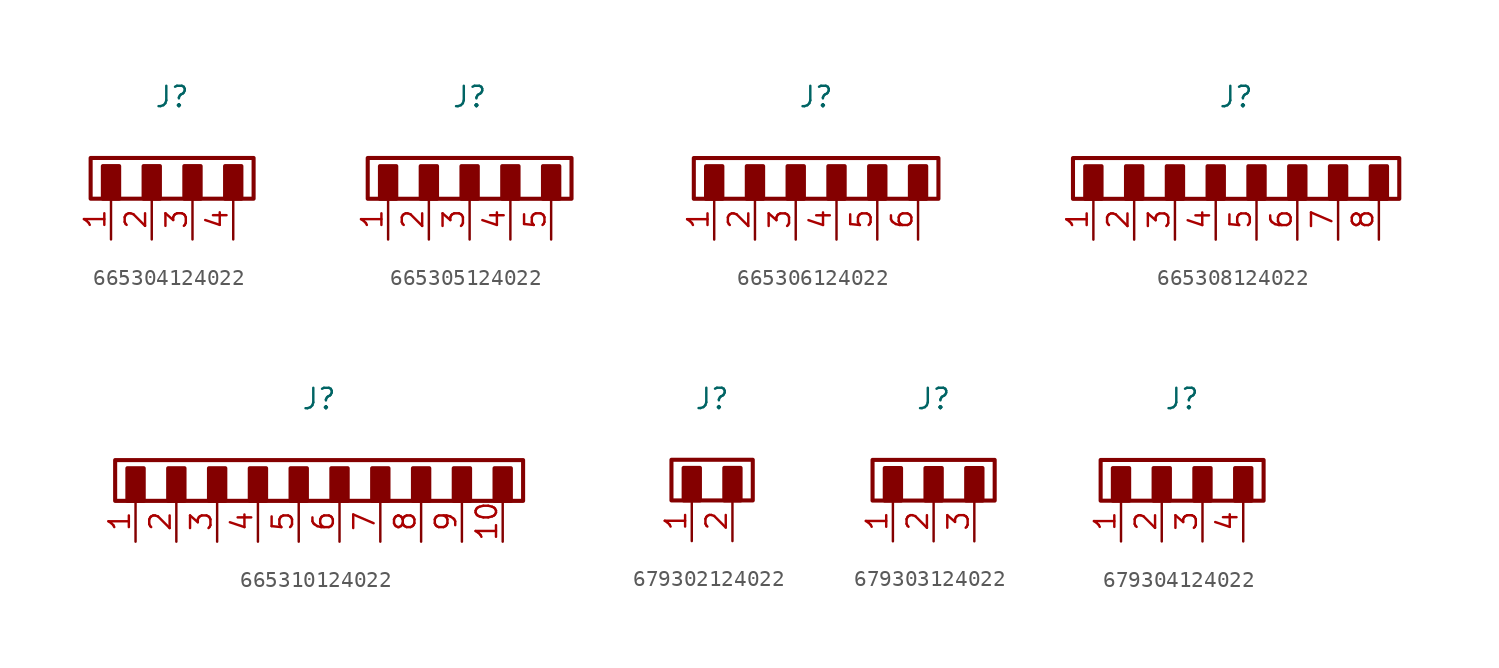
<source format=kicad_sym>
(kicad_symbol_lib
  (version 20241209)
  (generator "kicad_symbol_editor")
  (generator_version "9.0")
  (symbol "665304124022"
    (pin_names
      (hide yes))
    (property "Reference" "J"
      (at 0 5.08 0)
      (effects (font (size 1.27 1.27))))
    (symbol "665304124022_1_1"
      (rectangle (start -5.08 1.27) (end 5.08 -1.27) (stroke (width 0.254) (type solid)) (fill (type none)))
      (rectangle (start -3.302 0.762) (end -4.318 -1.27) (stroke (width 0.254) (type solid)) (fill (type outline)))
      (rectangle (start -0.762 0.762) (end -1.778 -1.27) (stroke (width 0.254) (type solid)) (fill (type outline)))
      (rectangle (start 1.778 0.762) (end 0.762 -1.27) (stroke (width 0.254) (type solid)) (fill (type outline)))
      (rectangle (start 4.318 0.762) (end 3.302 -1.27) (stroke (width 0.254) (type solid)) (fill (type outline)))
      (pin passive line (at -3.81 -3.81 90) (length 2.54) (name "1" (effects (font (size 1.27 1.27)))) (number "1" (effects (font (size 1.27 1.27)))))
      (pin passive line (at -1.27 -3.81 90) (length 2.54) (name "2" (effects (font (size 1.27 1.27)))) (number "2" (effects (font (size 1.27 1.27)))))
      (pin passive line (at 1.27 -3.81 90) (length 2.54) (name "3" (effects (font (size 1.27 1.27)))) (number "3" (effects (font (size 1.27 1.27)))))
      (pin passive line (at 3.81 -3.81 90) (length 2.54) (name "4" (effects (font (size 1.27 1.27)))) (number "4" (effects (font (size 1.27 1.27)))))))
  (symbol "665305124022"
    (pin_names
      (hide yes))
    (property "Reference" "J"
      (at 0 5.08 0)
      (effects (font (size 1.27 1.27))))
    (symbol "665305124022_1_1"
      (rectangle (start -6.35 1.27) (end 6.35 -1.27) (stroke (width 0.254) (type solid)) (fill (type none)))
      (rectangle (start -4.572 0.762) (end -5.588 -1.27) (stroke (width 0.254) (type solid)) (fill (type outline)))
      (rectangle (start -2.032 0.762) (end -3.048 -1.27) (stroke (width 0.254) (type solid)) (fill (type outline)))
      (rectangle (start 0.508 0.762) (end -0.508 -1.27) (stroke (width 0.254) (type solid)) (fill (type outline)))
      (rectangle (start 3.048 0.762) (end 2.032 -1.27) (stroke (width 0.254) (type solid)) (fill (type outline)))
      (rectangle (start 5.588 0.762) (end 4.572 -1.27) (stroke (width 0.254) (type solid)) (fill (type outline)))
      (pin passive line (at -5.08 -3.81 90) (length 2.54) (name "1" (effects (font (size 1.27 1.27)))) (number "1" (effects (font (size 1.27 1.27)))))
      (pin passive line (at -2.54 -3.81 90) (length 2.54) (name "2" (effects (font (size 1.27 1.27)))) (number "2" (effects (font (size 1.27 1.27)))))
      (pin passive line (at 0 -3.81 90) (length 2.54) (name "3" (effects (font (size 1.27 1.27)))) (number "3" (effects (font (size 1.27 1.27)))))
      (pin passive line (at 2.54 -3.81 90) (length 2.54) (name "4" (effects (font (size 1.27 1.27)))) (number "4" (effects (font (size 1.27 1.27)))))
      (pin passive line (at 5.08 -3.81 90) (length 2.54) (name "5" (effects (font (size 1.27 1.27)))) (number "5" (effects (font (size 1.27 1.27)))))))
  (symbol "665306124022"
    (pin_names
      (hide yes))
    (property "Reference" "J"
      (at 0 5.08 0)
      (effects (font (size 1.27 1.27))))
    (symbol "665306124022_1_1"
      (rectangle (start -7.62 1.27) (end 7.62 -1.27) (stroke (width 0.254) (type solid)) (fill (type none)))
      (rectangle (start -5.842 0.762) (end -6.858 -1.27) (stroke (width 0.254) (type solid)) (fill (type outline)))
      (rectangle (start -3.302 0.762) (end -4.318 -1.27) (stroke (width 0.254) (type solid)) (fill (type outline)))
      (rectangle (start -0.762 0.762) (end -1.778 -1.27) (stroke (width 0.254) (type solid)) (fill (type outline)))
      (rectangle (start 1.778 0.762) (end 0.762 -1.27) (stroke (width 0.254) (type solid)) (fill (type outline)))
      (rectangle (start 4.318 0.762) (end 3.302 -1.27) (stroke (width 0.254) (type solid)) (fill (type outline)))
      (rectangle (start 6.858 0.762) (end 5.842 -1.27) (stroke (width 0.254) (type solid)) (fill (type outline)))
      (pin passive line (at -6.35 -3.81 90) (length 2.54) (name "1" (effects (font (size 1.27 1.27)))) (number "1" (effects (font (size 1.27 1.27)))))
      (pin passive line (at -3.81 -3.81 90) (length 2.54) (name "2" (effects (font (size 1.27 1.27)))) (number "2" (effects (font (size 1.27 1.27)))))
      (pin passive line (at -1.27 -3.81 90) (length 2.54) (name "3" (effects (font (size 1.27 1.27)))) (number "3" (effects (font (size 1.27 1.27)))))
      (pin passive line (at 1.27 -3.81 90) (length 2.54) (name "4" (effects (font (size 1.27 1.27)))) (number "4" (effects (font (size 1.27 1.27)))))
      (pin passive line (at 3.81 -3.81 90) (length 2.54) (name "5" (effects (font (size 1.27 1.27)))) (number "5" (effects (font (size 1.27 1.27)))))
      (pin passive line (at 6.35 -3.81 90) (length 2.54) (name "6" (effects (font (size 1.27 1.27)))) (number "6" (effects (font (size 1.27 1.27)))))))
  (symbol "665308124022"
    (pin_names
      (hide yes))
    (property "Reference" "J"
      (at 0 5.08 0)
      (effects (font (size 1.27 1.27))))
    (symbol "665308124022_1_1"
      (rectangle (start -10.16 1.27) (end 10.16 -1.27) (stroke (width 0.254) (type solid)) (fill (type none)))
      (rectangle (start -8.382 0.762) (end -9.398 -1.27) (stroke (width 0.254) (type solid)) (fill (type outline)))
      (rectangle (start -5.842 0.762) (end -6.858 -1.27) (stroke (width 0.254) (type solid)) (fill (type outline)))
      (rectangle (start -3.302 0.762) (end -4.318 -1.27) (stroke (width 0.254) (type solid)) (fill (type outline)))
      (rectangle (start -0.762 0.762) (end -1.778 -1.27) (stroke (width 0.254) (type solid)) (fill (type outline)))
      (rectangle (start 1.778 0.762) (end 0.762 -1.27) (stroke (width 0.254) (type solid)) (fill (type outline)))
      (rectangle (start 4.318 0.762) (end 3.302 -1.27) (stroke (width 0.254) (type solid)) (fill (type outline)))
      (rectangle (start 6.858 0.762) (end 5.842 -1.27) (stroke (width 0.254) (type solid)) (fill (type outline)))
      (rectangle (start 9.398 0.762) (end 8.382 -1.27) (stroke (width 0.254) (type solid)) (fill (type outline)))
      (pin passive line (at -8.89 -3.81 90) (length 2.54) (name "1" (effects (font (size 1.27 1.27)))) (number "1" (effects (font (size 1.27 1.27)))))
      (pin passive line (at -6.35 -3.81 90) (length 2.54) (name "2" (effects (font (size 1.27 1.27)))) (number "2" (effects (font (size 1.27 1.27)))))
      (pin passive line (at -3.81 -3.81 90) (length 2.54) (name "3" (effects (font (size 1.27 1.27)))) (number "3" (effects (font (size 1.27 1.27)))))
      (pin passive line (at -1.27 -3.81 90) (length 2.54) (name "4" (effects (font (size 1.27 1.27)))) (number "4" (effects (font (size 1.27 1.27)))))
      (pin passive line (at 1.27 -3.81 90) (length 2.54) (name "5" (effects (font (size 1.27 1.27)))) (number "5" (effects (font (size 1.27 1.27)))))
      (pin passive line (at 3.81 -3.81 90) (length 2.54) (name "6" (effects (font (size 1.27 1.27)))) (number "6" (effects (font (size 1.27 1.27)))))
      (pin passive line (at 6.35 -3.81 90) (length 2.54) (name "7" (effects (font (size 1.27 1.27)))) (number "7" (effects (font (size 1.27 1.27)))))
      (pin passive line (at 8.89 -3.81 90) (length 2.54) (name "8" (effects (font (size 1.27 1.27)))) (number "8" (effects (font (size 1.27 1.27)))))))
  (symbol "665310124022"
    (pin_names
      (hide yes))
    (property "Reference" "J"
      (at 0 5.08 0)
      (effects (font (size 1.27 1.27))))
    (symbol "665310124022_1_1"
      (rectangle (start -12.7 1.27) (end 12.7 -1.27) (stroke (width 0.254) (type solid)) (fill (type none)))
      (rectangle (start -10.922 0.762) (end -11.938 -1.27) (stroke (width 0.254) (type solid)) (fill (type outline)))
      (rectangle (start -8.382 0.762) (end -9.398 -1.27) (stroke (width 0.254) (type solid)) (fill (type outline)))
      (rectangle (start -5.842 0.762) (end -6.858 -1.27) (stroke (width 0.254) (type solid)) (fill (type outline)))
      (rectangle (start -3.302 0.762) (end -4.318 -1.27) (stroke (width 0.254) (type solid)) (fill (type outline)))
      (rectangle (start -0.762 0.762) (end -1.778 -1.27) (stroke (width 0.254) (type solid)) (fill (type outline)))
      (rectangle (start 1.778 0.762) (end 0.762 -1.27) (stroke (width 0.254) (type solid)) (fill (type outline)))
      (rectangle (start 4.318 0.762) (end 3.302 -1.27) (stroke (width 0.254) (type solid)) (fill (type outline)))
      (rectangle (start 6.858 0.762) (end 5.842 -1.27) (stroke (width 0.254) (type solid)) (fill (type outline)))
      (rectangle (start 9.398 0.762) (end 8.382 -1.27) (stroke (width 0.254) (type solid)) (fill (type outline)))
      (rectangle (start 11.938 0.762) (end 10.922 -1.27) (stroke (width 0.254) (type solid)) (fill (type outline)))
      (pin passive line (at -11.43 -3.81 90) (length 2.54) (name "1" (effects (font (size 1.27 1.27)))) (number "1" (effects (font (size 1.27 1.27)))))
      (pin passive line (at -8.89 -3.81 90) (length 2.54) (name "2" (effects (font (size 1.27 1.27)))) (number "2" (effects (font (size 1.27 1.27)))))
      (pin passive line (at -6.35 -3.81 90) (length 2.54) (name "3" (effects (font (size 1.27 1.27)))) (number "3" (effects (font (size 1.27 1.27)))))
      (pin passive line (at -3.81 -3.81 90) (length 2.54) (name "4" (effects (font (size 1.27 1.27)))) (number "4" (effects (font (size 1.27 1.27)))))
      (pin passive line (at -1.27 -3.81 90) (length 2.54) (name "5" (effects (font (size 1.27 1.27)))) (number "5" (effects (font (size 1.27 1.27)))))
      (pin passive line (at 1.27 -3.81 90) (length 2.54) (name "6" (effects (font (size 1.27 1.27)))) (number "6" (effects (font (size 1.27 1.27)))))
      (pin passive line (at 3.81 -3.81 90) (length 2.54) (name "7" (effects (font (size 1.27 1.27)))) (number "7" (effects (font (size 1.27 1.27)))))
      (pin passive line (at 6.35 -3.81 90) (length 2.54) (name "8" (effects (font (size 1.27 1.27)))) (number "8" (effects (font (size 1.27 1.27)))))
      (pin passive line (at 8.89 -3.81 90) (length 2.54) (name "9" (effects (font (size 1.27 1.27)))) (number "9" (effects (font (size 1.27 1.27)))))
      (pin passive line (at 11.43 -3.81 90) (length 2.54) (name "10" (effects (font (size 1.27 1.27)))) (number "10" (effects (font (size 1.27 1.27)))))))
  (symbol "679302124022"
    (pin_names
      (hide yes))
    (property "Reference" "J"
      (at 0 5.08 0)
      (effects (font (size 1.27 1.27))))
    (symbol "679302124022_1_1"
      (rectangle (start -2.54 1.27) (end 2.54 -1.27) (stroke (width 0.254) (type solid)) (fill (type none)))
      (rectangle (start -0.762 0.762) (end -1.778 -1.27) (stroke (width 0.254) (type solid)) (fill (type outline)))
      (rectangle (start 1.778 0.762) (end 0.762 -1.27) (stroke (width 0.254) (type solid)) (fill (type outline)))
      (pin passive line (at -1.27 -3.81 90) (length 2.54) (name "1" (effects (font (size 1.27 1.27)))) (number "1" (effects (font (size 1.27 1.27)))))
      (pin passive line (at 1.27 -3.81 90) (length 2.54) (name "2" (effects (font (size 1.27 1.27)))) (number "2" (effects (font (size 1.27 1.27)))))))
  (symbol "679303124022"
    (pin_names
      (hide yes))
    (property "Reference" "J"
      (at 0 5.08 0)
      (effects (font (size 1.27 1.27))))
    (symbol "679303124022_1_1"
      (rectangle (start -3.81 1.27) (end 3.81 -1.27) (stroke (width 0.254) (type solid)) (fill (type none)))
      (rectangle (start -2.032 0.762) (end -3.048 -1.27) (stroke (width 0.254) (type solid)) (fill (type outline)))
      (rectangle (start 0.508 0.762) (end -0.508 -1.27) (stroke (width 0.254) (type solid)) (fill (type outline)))
      (rectangle (start 3.048 0.762) (end 2.032 -1.27) (stroke (width 0.254) (type solid)) (fill (type outline)))
      (pin passive line (at -2.54 -3.81 90) (length 2.54) (name "1" (effects (font (size 1.27 1.27)))) (number "1" (effects (font (size 1.27 1.27)))))
      (pin passive line (at 0 -3.81 90) (length 2.54) (name "2" (effects (font (size 1.27 1.27)))) (number "2" (effects (font (size 1.27 1.27)))))
      (pin passive line (at 2.54 -3.81 90) (length 2.54) (name "3" (effects (font (size 1.27 1.27)))) (number "3" (effects (font (size 1.27 1.27)))))))
  (symbol "679304124022"
    (pin_names
      (hide yes))
    (property "Reference" "J"
      (at 0 5.08 0)
      (effects (font (size 1.27 1.27))))
    (symbol "679304124022_1_1"
      (rectangle (start -5.08 1.27) (end 5.08 -1.27) (stroke (width 0.254) (type solid)) (fill (type none)))
      (rectangle (start -3.302 0.762) (end -4.318 -1.27) (stroke (width 0.254) (type solid)) (fill (type outline)))
      (rectangle (start -0.762 0.762) (end -1.778 -1.27) (stroke (width 0.254) (type solid)) (fill (type outline)))
      (rectangle (start 1.778 0.762) (end 0.762 -1.27) (stroke (width 0.254) (type solid)) (fill (type outline)))
      (rectangle (start 4.318 0.762) (end 3.302 -1.27) (stroke (width 0.254) (type solid)) (fill (type outline)))
      (pin passive line (at -3.81 -3.81 90) (length 2.54) (name "1" (effects (font (size 1.27 1.27)))) (number "1" (effects (font (size 1.27 1.27)))))
      (pin passive line (at -1.27 -3.81 90) (length 2.54) (name "2" (effects (font (size 1.27 1.27)))) (number "2" (effects (font (size 1.27 1.27)))))
      (pin passive line (at 1.27 -3.81 90) (length 2.54) (name "3" (effects (font (size 1.27 1.27)))) (number "3" (effects (font (size 1.27 1.27)))))
      (pin passive line (at 3.81 -3.81 90) (length 2.54) (name "4" (effects (font (size 1.27 1.27)))) (number "4" (effects (font (size 1.27 1.27))))))))
</source>
